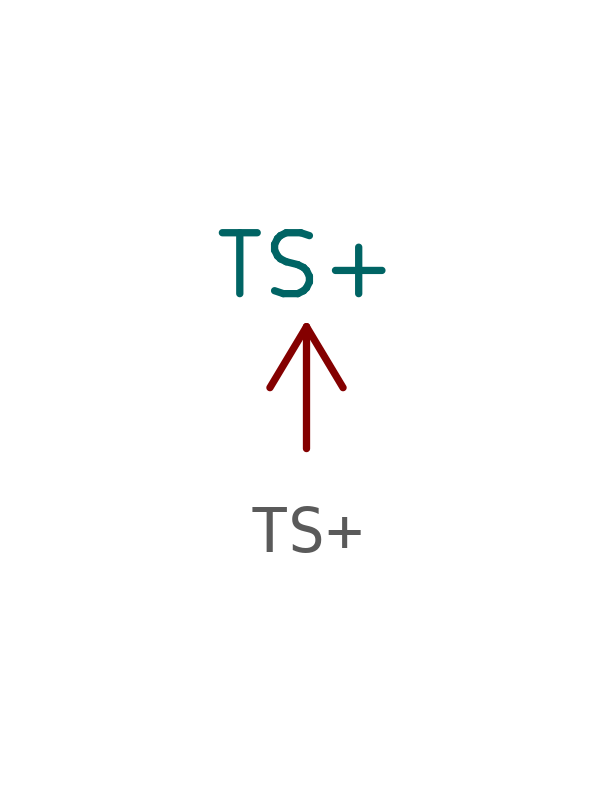
<source format=kicad_sym>
(kicad_symbol_lib
  (version 20241209)
  (generator "kicad_symbol_editor")
  (generator_version "9.0")
  (symbol "TS+"
    (power)
    (pin_numbers
      (hide yes))
    (pin_names
      (offset 0)
      (hide yes))
    (property "Reference" "#PWR"
      (at 0 -1.27 0)
      (effects (font (size 1.27 1.27)) (hide yes)))
    (property "Value" "TS+"
      (at 0 3.81 0)
      (effects (font (size 1.27 1.27))))
    (symbol "TS+_1_1"
      (polyline (pts (xy -0.762 1.27) (xy 0 2.54)) (stroke (width 0) (type solid)) (fill (type none)))
      (polyline (pts (xy 0 2.54) (xy 0.762 1.27)) (stroke (width 0) (type solid)) (fill (type none)))
      (polyline (pts (xy 0 0) (xy 0 2.54)) (stroke (width 0) (type solid)) (fill (type none)))
      (pin power_in line (at 0 0 90) (length 0) (hide yes) (name "TS+" (effects (font (size 1.27 1.27)))) (number "1" (effects (font (size 1.27 1.27))))))))
</source>
